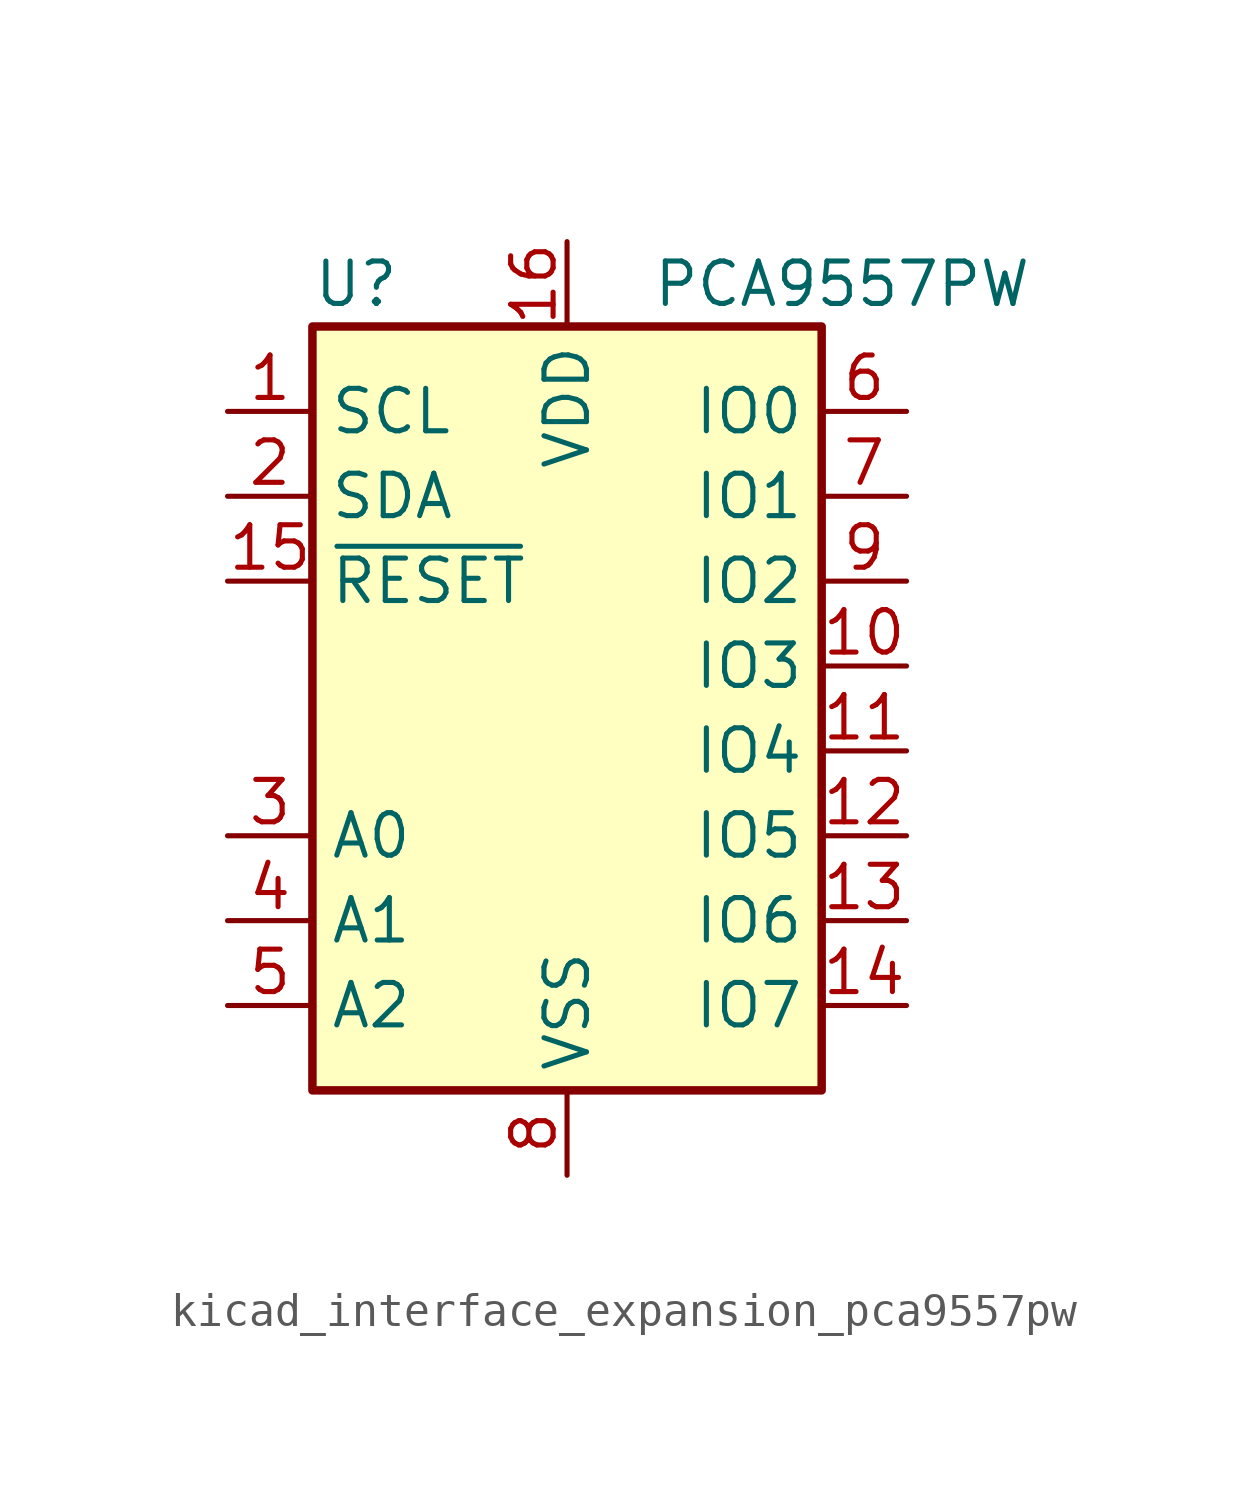
<source format=kicad_sym>
(kicad_symbol_lib
  (version 20220914)
  (generator kicad_symbol_editor)
  (symbol "kicad_interface_expansion_pca9557pw"
    (property "Reference" "U"
      (at -7.62 11.43 0)
      (effects (font (size 1.27 1.27)) (justify left)))
    (property "Value" "PCA9557PW"
      (at 2.54 11.43 0)
      (effects (font (size 1.27 1.27)) (justify left)))
    (symbol "kicad_interface_expansion_pca9557pw_0_1"
      (rectangle (start -7.62 -12.7) (end 7.62 10.16) (stroke (width 0.254) (type default)) (fill (type background))))
    (symbol "kicad_interface_expansion_pca9557pw_1_1"
      (pin input line (at -10.16 7.62 0) (length 2.54) (name "SCL" (effects (font (size 1.27 1.27)))) (number "1" (effects (font (size 1.27 1.27)))))
      (pin bidirectional line (at 10.16 0 180) (length 2.54) (name "IO3" (effects (font (size 1.27 1.27)))) (number "10" (effects (font (size 1.27 1.27)))))
      (pin bidirectional line (at 10.16 -2.54 180) (length 2.54) (name "IO4" (effects (font (size 1.27 1.27)))) (number "11" (effects (font (size 1.27 1.27)))))
      (pin bidirectional line (at 10.16 -5.08 180) (length 2.54) (name "IO5" (effects (font (size 1.27 1.27)))) (number "12" (effects (font (size 1.27 1.27)))))
      (pin bidirectional line (at 10.16 -7.62 180) (length 2.54) (name "IO6" (effects (font (size 1.27 1.27)))) (number "13" (effects (font (size 1.27 1.27)))))
      (pin bidirectional line (at 10.16 -10.16 180) (length 2.54) (name "IO7" (effects (font (size 1.27 1.27)))) (number "14" (effects (font (size 1.27 1.27)))))
      (pin input line (at -10.16 2.54 0) (length 2.54) (name "~{RESET}" (effects (font (size 1.27 1.27)))) (number "15" (effects (font (size 1.27 1.27)))))
      (pin power_in line (at 0 12.7 270) (length 2.54) (name "VDD" (effects (font (size 1.27 1.27)))) (number "16" (effects (font (size 1.27 1.27)))))
      (pin bidirectional line (at -10.16 5.08 0) (length 2.54) (name "SDA" (effects (font (size 1.27 1.27)))) (number "2" (effects (font (size 1.27 1.27)))))
      (pin input line (at -10.16 -5.08 0) (length 2.54) (name "A0" (effects (font (size 1.27 1.27)))) (number "3" (effects (font (size 1.27 1.27)))))
      (pin input line (at -10.16 -7.62 0) (length 2.54) (name "A1" (effects (font (size 1.27 1.27)))) (number "4" (effects (font (size 1.27 1.27)))))
      (pin input line (at -10.16 -10.16 0) (length 2.54) (name "A2" (effects (font (size 1.27 1.27)))) (number "5" (effects (font (size 1.27 1.27)))))
      (pin bidirectional line (at 10.16 7.62 180) (length 2.54) (name "IO0" (effects (font (size 1.27 1.27)))) (number "6" (effects (font (size 1.27 1.27)))))
      (pin bidirectional line (at 10.16 5.08 180) (length 2.54) (name "IO1" (effects (font (size 1.27 1.27)))) (number "7" (effects (font (size 1.27 1.27)))))
      (pin power_in line (at 0 -15.24 90) (length 2.54) (name "VSS" (effects (font (size 1.27 1.27)))) (number "8" (effects (font (size 1.27 1.27)))))
      (pin bidirectional line (at 10.16 2.54 180) (length 2.54) (name "IO2" (effects (font (size 1.27 1.27)))) (number "9" (effects (font (size 1.27 1.27))))))))
</source>
